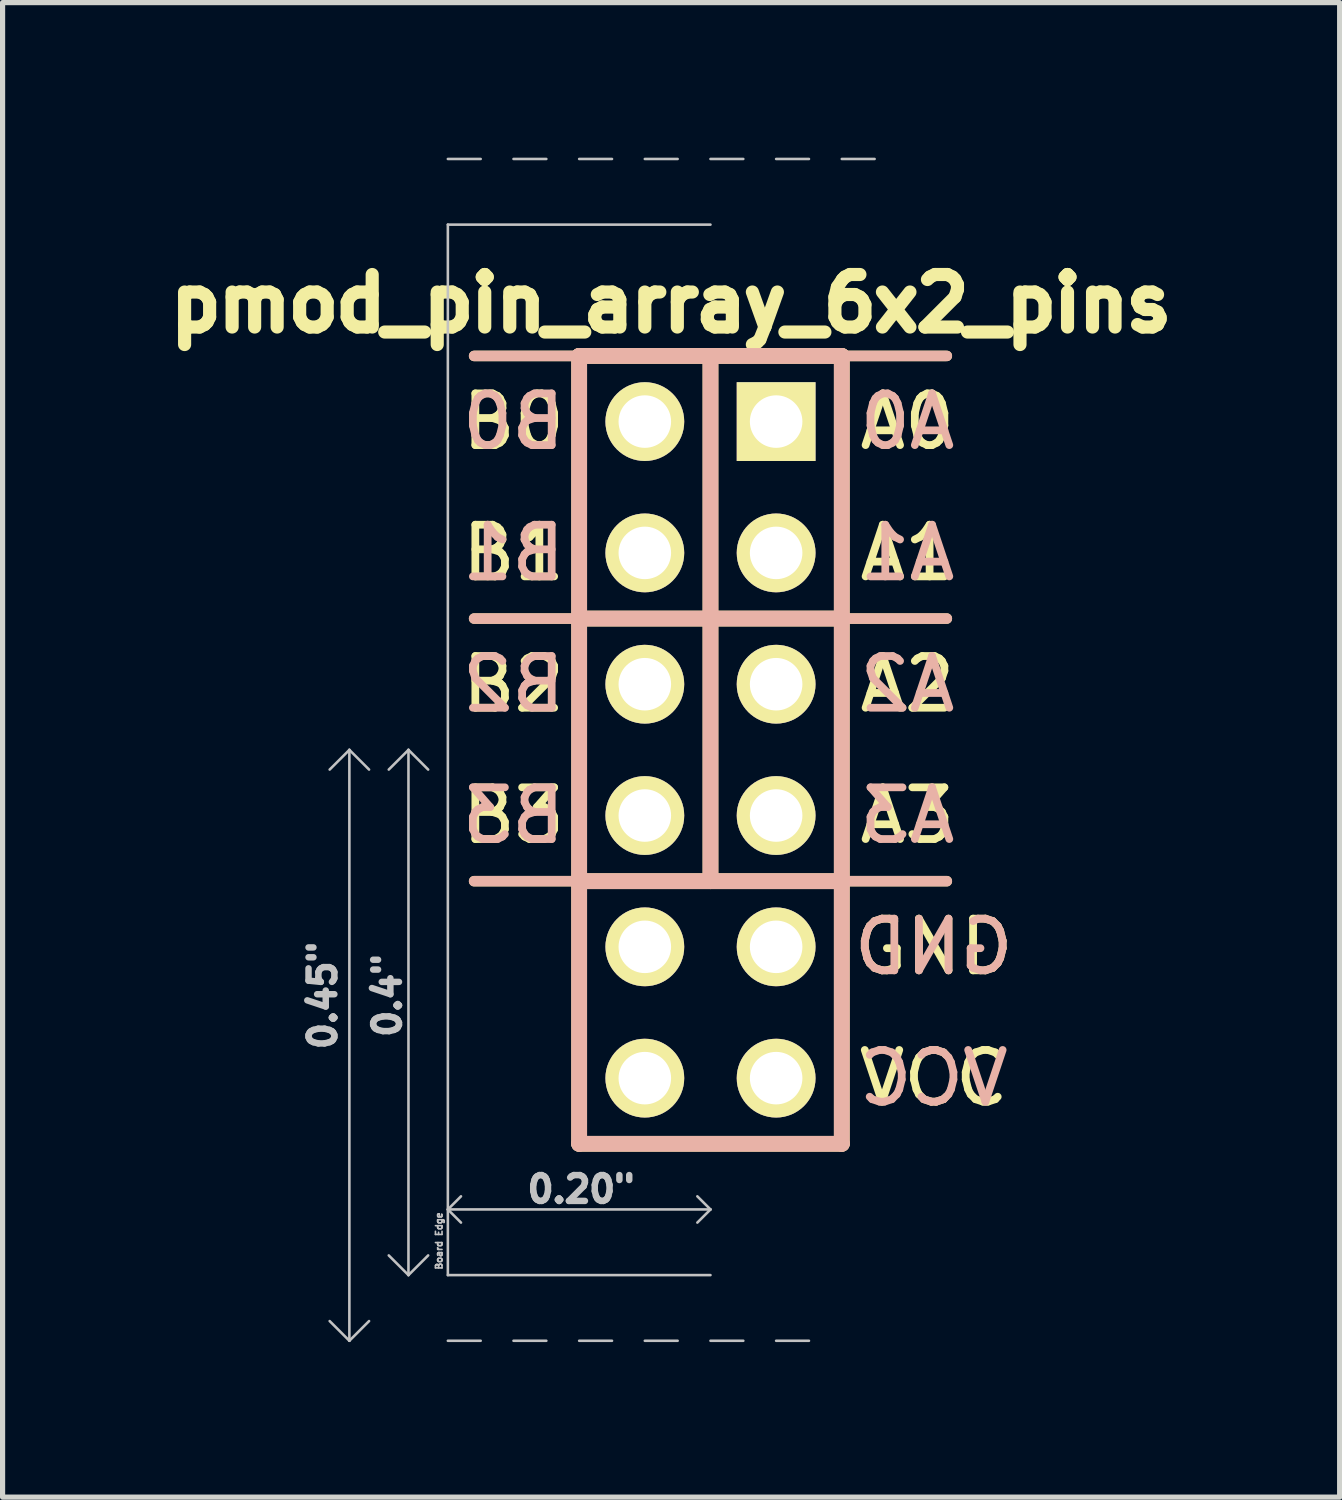
<source format=kicad_pcb>
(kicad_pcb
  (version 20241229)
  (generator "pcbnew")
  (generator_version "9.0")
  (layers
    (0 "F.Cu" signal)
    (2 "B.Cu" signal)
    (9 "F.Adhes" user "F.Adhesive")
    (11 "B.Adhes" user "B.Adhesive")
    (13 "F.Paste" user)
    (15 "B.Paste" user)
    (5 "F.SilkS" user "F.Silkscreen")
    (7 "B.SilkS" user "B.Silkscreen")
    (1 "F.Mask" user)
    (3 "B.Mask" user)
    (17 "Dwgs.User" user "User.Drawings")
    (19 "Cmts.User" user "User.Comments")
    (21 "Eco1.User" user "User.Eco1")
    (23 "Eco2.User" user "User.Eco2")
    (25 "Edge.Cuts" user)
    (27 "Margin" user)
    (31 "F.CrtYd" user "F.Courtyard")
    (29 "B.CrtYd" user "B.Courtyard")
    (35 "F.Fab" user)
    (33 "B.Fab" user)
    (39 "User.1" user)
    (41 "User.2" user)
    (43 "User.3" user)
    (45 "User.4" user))
  (footprint "pmod_pin_array_6x2_pins"
    (layer "F.Cu")
    (at 10.693 11.455)
    (property "Reference" "pmod_pin_array_6x2_pins" (at -0.762 -8.636 0) (layer "F.SilkS") (effects (font (size 1.016 1.016) (thickness 0.254))))
    (attr through_hole)
    (fp_line (start -4.572 -7.62) (end -2.54 -7.62) (stroke (width 0.203) (type solid)) (layer "F.SilkS"))
    (fp_line (start -4.572 -2.54) (end -2.54 -2.54) (stroke (width 0.203) (type solid)) (layer "F.SilkS"))
    (fp_line (start -4.572 2.54) (end -2.54 2.54) (stroke (width 0.203) (type solid)) (layer "F.SilkS"))
    (fp_line (start -2.54 -7.62) (end -2.54 7.62) (stroke (width 0.305) (type solid)) (layer "F.SilkS"))
    (fp_line (start -2.54 -2.54) (end 2.54 -2.54) (stroke (width 0.305) (type solid)) (layer "F.SilkS"))
    (fp_line (start -2.54 7.62) (end 2.54 7.62) (stroke (width 0.305) (type solid)) (layer "F.SilkS"))
    (fp_line (start 0 -7.62) (end 0 -2.54) (stroke (width 0.305) (type solid)) (layer "F.SilkS"))
    (fp_line (start 0 -2.54) (end 0 2.54) (stroke (width 0.305) (type solid)) (layer "F.SilkS"))
    (fp_line (start 2.54 -7.62) (end -2.54 -7.62) (stroke (width 0.305) (type solid)) (layer "F.SilkS"))
    (fp_line (start 2.54 -7.62) (end 4.572 -7.62) (stroke (width 0.203) (type solid)) (layer "F.SilkS"))
    (fp_line (start 2.54 -2.54) (end 4.572 -2.54) (stroke (width 0.203) (type solid)) (layer "F.SilkS"))
    (fp_line (start 2.54 2.54) (end -2.54 2.54) (stroke (width 0.305) (type solid)) (layer "F.SilkS"))
    (fp_line (start 2.54 2.54) (end 4.572 2.54) (stroke (width 0.203) (type solid)) (layer "F.SilkS"))
    (fp_line (start 2.54 7.62) (end 2.54 -7.62) (stroke (width 0.305) (type solid)) (layer "F.SilkS"))
    (fp_line (start -4.572 -7.62) (end -2.54 -7.62) (stroke (width 0.203) (type solid)) (layer "B.SilkS"))
    (fp_line (start -4.572 -2.54) (end -2.54 -2.54) (stroke (width 0.203) (type solid)) (layer "B.SilkS"))
    (fp_line (start -4.572 2.54) (end -2.54 2.54) (stroke (width 0.203) (type solid)) (layer "B.SilkS"))
    (fp_line (start -2.54 -7.62) (end -2.54 7.62) (stroke (width 0.305) (type solid)) (layer "B.SilkS"))
    (fp_line (start -2.54 7.62) (end 2.54 7.62) (stroke (width 0.305) (type solid)) (layer "B.SilkS"))
    (fp_line (start 0 -2.54) (end 0 -7.62) (stroke (width 0.305) (type solid)) (layer "B.SilkS"))
    (fp_line (start 0 -2.54) (end 0 2.54) (stroke (width 0.305) (type solid)) (layer "B.SilkS"))
    (fp_line (start 2.54 -7.62) (end -2.54 -7.62) (stroke (width 0.305) (type solid)) (layer "B.SilkS"))
    (fp_line (start 2.54 -7.62) (end 4.572 -7.62) (stroke (width 0.203) (type solid)) (layer "B.SilkS"))
    (fp_line (start 2.54 -2.54) (end -2.54 -2.54) (stroke (width 0.305) (type solid)) (layer "B.SilkS"))
    (fp_line (start 2.54 -2.54) (end 4.572 -2.54) (stroke (width 0.203) (type solid)) (layer "B.SilkS"))
    (fp_line (start 2.54 2.54) (end -2.54 2.54) (stroke (width 0.305) (type solid)) (layer "B.SilkS"))
    (fp_line (start 2.54 2.54) (end 4.572 2.54) (stroke (width 0.203) (type solid)) (layer "B.SilkS"))
    (fp_line (start 2.54 7.62) (end 2.54 -7.62) (stroke (width 0.305) (type solid)) (layer "B.SilkS"))
    (fp_line (start -6.985 0) (end -7.366 0.381) (stroke (width 0.05) (type solid)) (layer "Dwgs.User"))
    (fp_line (start -6.985 0) (end -6.985 11.43) (stroke (width 0.05) (type solid)) (layer "Dwgs.User"))
    (fp_line (start -6.985 11.43) (end -7.366 11.049) (stroke (width 0.05) (type solid)) (layer "Dwgs.User"))
    (fp_line (start -6.985 11.43) (end -6.604 11.049) (stroke (width 0.05) (type solid)) (layer "Dwgs.User"))
    (fp_line (start -6.604 0.381) (end -6.985 0) (stroke (width 0.05) (type solid)) (layer "Dwgs.User"))
    (fp_line (start -5.842 0) (end -6.223 0.381) (stroke (width 0.05) (type solid)) (layer "Dwgs.User"))
    (fp_line (start -5.842 0) (end -5.842 10.16) (stroke (width 0.05) (type solid)) (layer "Dwgs.User"))
    (fp_line (start -5.842 0) (end -5.461 0.381) (stroke (width 0.05) (type solid)) (layer "Dwgs.User"))
    (fp_line (start -5.842 10.16) (end -6.223 9.779) (stroke (width 0.05) (type solid)) (layer "Dwgs.User"))
    (fp_line (start -5.842 10.16) (end -5.461 9.779) (stroke (width 0.05) (type solid)) (layer "Dwgs.User"))
    (fp_line (start -5.08 -11.43) (end -4.445 -11.43) (stroke (width 0.05) (type solid)) (layer "Dwgs.User"))
    (fp_line (start -5.08 8.89) (end -4.826 8.636) (stroke (width 0.05) (type solid)) (layer "Dwgs.User"))
    (fp_line (start -5.08 8.89) (end -4.826 9.144) (stroke (width 0.05) (type solid)) (layer "Dwgs.User"))
    (fp_line (start -5.08 10.16) (end -5.08 -10.16) (stroke (width 0.05) (type solid)) (layer "Dwgs.User"))
    (fp_line (start -5.08 11.43) (end -4.445 11.43) (stroke (width 0.05) (type solid)) (layer "Dwgs.User"))
    (fp_line (start -3.81 -11.43) (end -3.175 -11.43) (stroke (width 0.05) (type solid)) (layer "Dwgs.User"))
    (fp_line (start -3.81 11.43) (end -3.175 11.43) (stroke (width 0.05) (type solid)) (layer "Dwgs.User"))
    (fp_line (start -2.54 -11.43) (end -1.905 -11.43) (stroke (width 0.05) (type solid)) (layer "Dwgs.User"))
    (fp_line (start -2.54 11.43) (end -1.905 11.43) (stroke (width 0.05) (type solid)) (layer "Dwgs.User"))
    (fp_line (start -1.27 -11.43) (end -0.635 -11.43) (stroke (width 0.05) (type solid)) (layer "Dwgs.User"))
    (fp_line (start -1.27 11.43) (end -0.635 11.43) (stroke (width 0.05) (type solid)) (layer "Dwgs.User"))
    (fp_line (start -0.254 8.636) (end 0 8.89) (stroke (width 0.05) (type solid)) (layer "Dwgs.User"))
    (fp_line (start 0 -11.43) (end 0.635 -11.43) (stroke (width 0.05) (type solid)) (layer "Dwgs.User"))
    (fp_line (start 0 -10.16) (end -5.08 -10.16) (stroke (width 0.05) (type solid)) (layer "Dwgs.User"))
    (fp_line (start 0 8.89) (end -5.08 8.89) (stroke (width 0.05) (type solid)) (layer "Dwgs.User"))
    (fp_line (start 0 8.89) (end -0.254 9.144) (stroke (width 0.05) (type solid)) (layer "Dwgs.User"))
    (fp_line (start 0 10.16) (end -5.08 10.16) (stroke (width 0.05) (type solid)) (layer "Dwgs.User"))
    (fp_line (start 0 11.43) (end 0.635 11.43) (stroke (width 0.05) (type solid)) (layer "Dwgs.User"))
    (fp_line (start 1.27 -11.43) (end 1.905 -11.43) (stroke (width 0.05) (type solid)) (layer "Dwgs.User"))
    (fp_line (start 1.27 11.43) (end 1.905 11.43) (stroke (width 0.05) (type solid)) (layer "Dwgs.User"))
    (fp_line (start 2.54 -11.43) (end 3.175 -11.43) (stroke (width 0.05) (type solid)) (layer "Dwgs.User"))
    (fp_text user "B0" (at -3.81 -6.35 0) (layer "F.SilkS") (effects (font (size 1 1) (thickness 0.15))))
    (fp_text user "B3" (at -3.81 1.27 0) (layer "F.SilkS") (effects (font (size 1 1) (thickness 0.15))))
    (fp_text user "GND" (at 4.318 3.81 0) (layer "F.SilkS") (effects (font (size 1 1) (thickness 0.15))))
    (fp_text user "A1" (at 3.81 -3.81 0) (layer "F.SilkS") (effects (font (size 1 1) (thickness 0.15))))
    (fp_text user "B2" (at -3.81 -1.27 0) (layer "F.SilkS") (effects (font (size 1 1) (thickness 0.15))))
    (fp_text user "A3" (at 3.81 1.27 0) (layer "F.SilkS") (effects (font (size 1 1) (thickness 0.15))))
    (fp_text user "B1" (at -3.81 -3.81 0) (layer "F.SilkS") (effects (font (size 1 1) (thickness 0.15))))
    (fp_text user "VCC" (at 4.318 6.35 0) (layer "F.SilkS") (effects (font (size 1 1) (thickness 0.15))))
    (fp_text user "A0" (at 3.81 -6.35 0) (layer "F.SilkS") (effects (font (size 1 1) (thickness 0.15))))
    (fp_text user "A2" (at 3.81 -1.27 0) (layer "F.SilkS") (effects (font (size 1 1) (thickness 0.15))))
    (fp_text user "A2" (at 3.81 -1.27 0) (layer "B.SilkS") (effects (font (size 1 1) (thickness 0.15)) (justify mirror)))
    (fp_text user "B3" (at -3.81 1.27 0) (layer "B.SilkS") (effects (font (size 1 1) (thickness 0.15)) (justify mirror)))
    (fp_text user "A0" (at 3.81 -6.35 0) (layer "B.SilkS") (effects (font (size 1 1) (thickness 0.15)) (justify mirror)))
    (fp_text user "A1" (at 3.81 -3.81 0) (layer "B.SilkS") (effects (font (size 1 1) (thickness 0.15)) (justify mirror)))
    (fp_text user "GND" (at 4.318 3.81 0) (layer "B.SilkS") (effects (font (size 1 1) (thickness 0.15)) (justify mirror)))
    (fp_text user "B0" (at -3.81 -6.35 0) (layer "B.SilkS") (effects (font (size 1 1) (thickness 0.15)) (justify mirror)))
    (fp_text user "B1" (at -3.81 -3.81 0) (layer "B.SilkS") (effects (font (size 1 1) (thickness 0.15)) (justify mirror)))
    (fp_text user "A3" (at 3.81 1.27 0) (layer "B.SilkS") (effects (font (size 1 1) (thickness 0.15)) (justify mirror)))
    (fp_text user "B2" (at -3.81 -1.27 0) (layer "B.SilkS") (effects (font (size 1 1) (thickness 0.15)) (justify mirror)))
    (fp_text user "VCC" (at 4.318 6.35 0) (layer "B.SilkS") (effects (font (size 1 1) (thickness 0.15)) (justify mirror)))
    (fp_text user "0.20\"" (at -2.5 8.5 180) (layer "Dwgs.User") (effects (font (size 0.5 0.5) (thickness 0.125))))
    (fp_text user "0.4\"" (at -6.25 4.75 90) (layer "Dwgs.User") (effects (font (size 0.5 0.5) (thickness 0.125))))
    (fp_text user "0.45\"" (at -7.5 4.75 90) (layer "Dwgs.User") (effects (font (size 0.5 0.5) (thickness 0.125))))
    (fp_text user "Board Edge" (at -5.25 9.5 90) (layer "Dwgs.User") (effects (font (size 0.127 0.127) (thickness 0.032))))
    (pad "1" thru_hole rect (at 1.27 -6.35) (size 1.524 1.524) (drill 1.016) (layers "*.Cu" "*.Mask" "F.SilkS"))
    (pad "2" thru_hole circle (at 1.27 -3.81 270) (size 1.524 1.524) (drill 1.016) (layers "*.Cu" "*.Mask" "F.SilkS"))
    (pad "3" thru_hole circle (at 1.27 -1.27 270) (size 1.524 1.524) (drill 1.016) (layers "*.Cu" "*.Mask" "F.SilkS"))
    (pad "4" thru_hole circle (at 1.27 1.27 270) (size 1.524 1.524) (drill 1.016) (layers "*.Cu" "*.Mask" "F.SilkS"))
    (pad "5" thru_hole circle (at 1.27 3.81 270) (size 1.524 1.524) (drill 1.016) (layers "*.Cu" "*.Mask" "F.SilkS"))
    (pad "6" thru_hole circle (at 1.27 6.35 270) (size 1.524 1.524) (drill 1.016) (layers "*.Cu" "*.Mask" "F.SilkS"))
    (pad "7" thru_hole circle (at -1.27 -6.35 270) (size 1.524 1.524) (drill 1.016) (layers "*.Cu" "*.Mask" "F.SilkS"))
    (pad "8" thru_hole circle (at -1.27 -3.81 270) (size 1.524 1.524) (drill 1.016) (layers "*.Cu" "*.Mask" "F.SilkS"))
    (pad "9" thru_hole circle (at -1.27 -1.27 270) (size 1.524 1.524) (drill 1.016) (layers "*.Cu" "*.Mask" "F.SilkS"))
    (pad "10" thru_hole circle (at -1.27 1.27 270) (size 1.524 1.524) (drill 1.016) (layers "*.Cu" "*.Mask" "F.SilkS"))
    (pad "11" thru_hole circle (at -1.27 3.81 270) (size 1.524 1.524) (drill 1.016) (layers "*.Cu" "*.Mask" "F.SilkS"))
    (pad "12" thru_hole circle (at -1.27 6.35 270) (size 1.524 1.524) (drill 1.016) (layers "*.Cu" "*.Mask" "F.SilkS")))
  (gr_rect
    (start -3 -3)
    (end 22.863 25.91)
    (stroke (width 0.1) (type default))
    (fill no)
    (layer "Edge.Cuts")))
</source>
